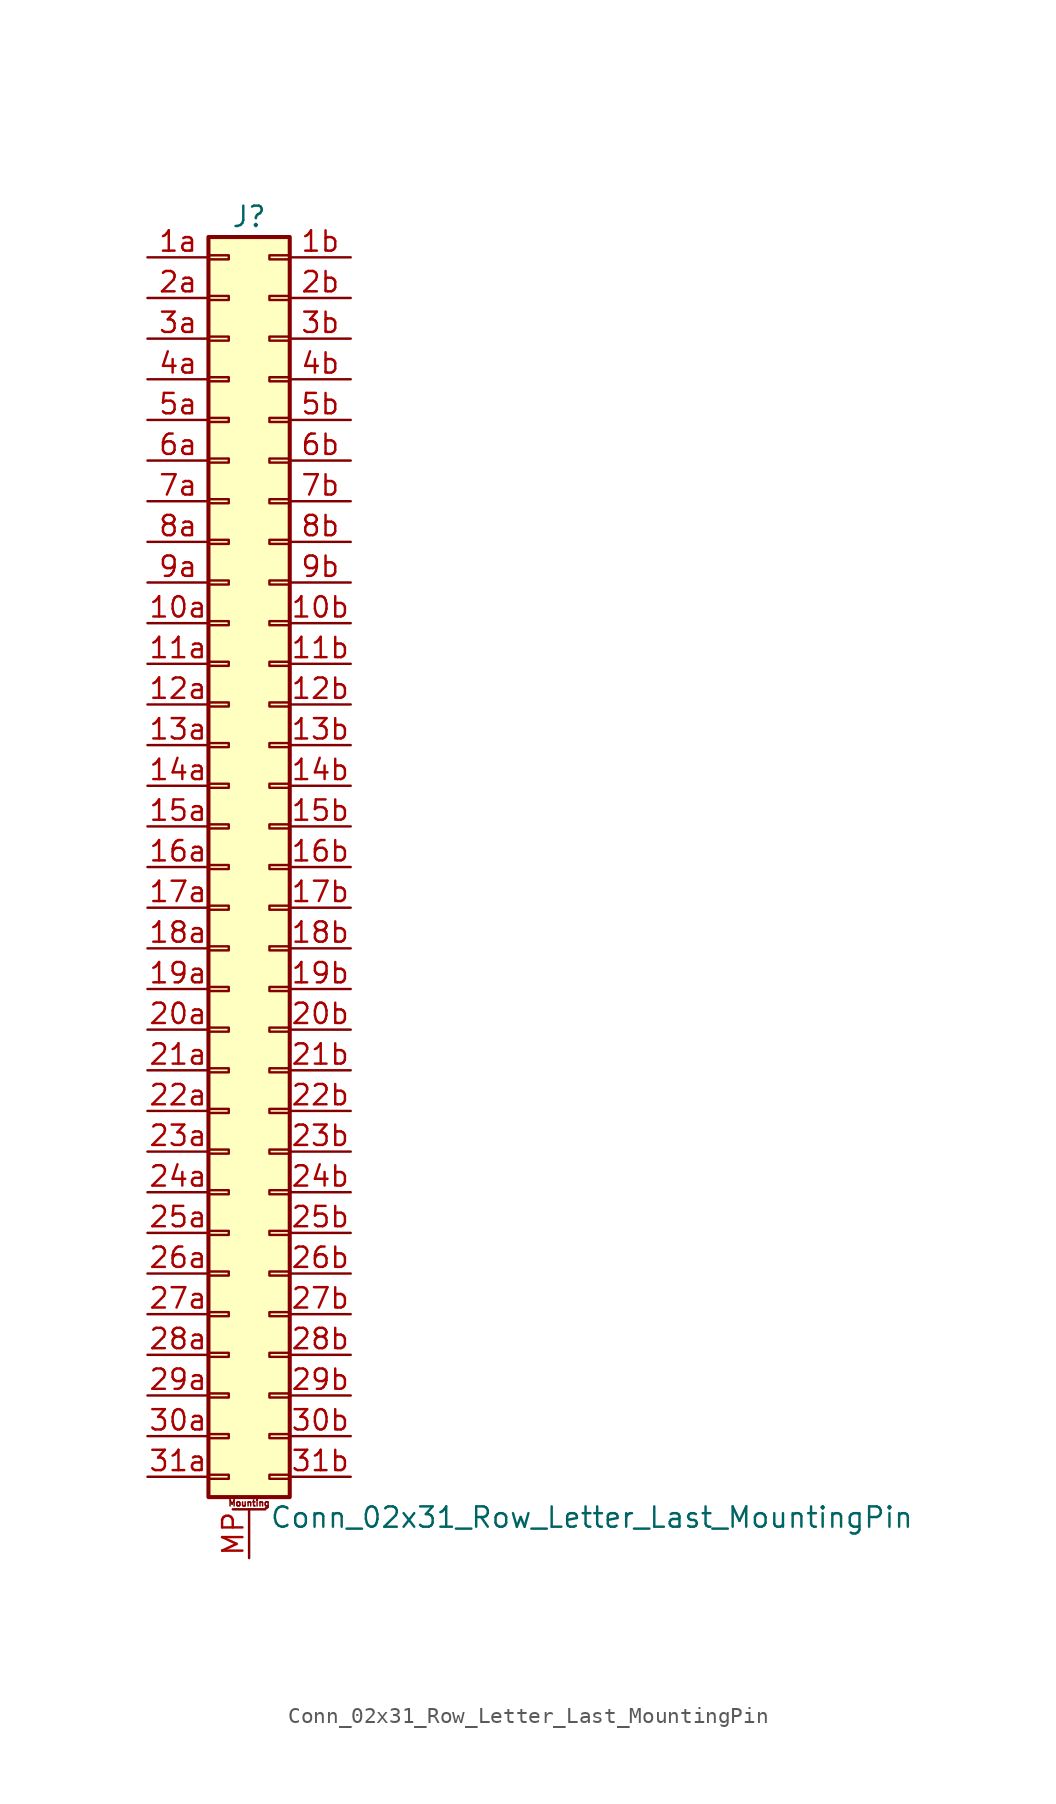
<source format=kicad_sym>
(kicad_symbol_lib
  (version 20201005)
  (generator kicad_symbol_editor)
  (symbol "Conn_02x31_Row_Letter_Last_MountingPin"
    (pin_names
      (offset 1.016) hide)
    (property "Reference" "J"
      (at 1.27 40.64 0)
      (effects (font (size 1.27 1.27))))
    (property "Value" "Conn_02x31_Row_Letter_Last_MountingPin"
      (at 2.54 -40.64 0)
      (effects (font (size 1.27 1.27)) (justify left)))
    (symbol "Conn_02x31_Row_Letter_Last_MountingPin_1_1"
      (text "Mounting" (at 1.27 -39.751 0) (effects (font (size 0.381 0.381))))
      (rectangle (start -1.27 -37.973) (end 0 -38.227) (stroke (width 0.152)) (fill (type none)))
      (rectangle (start -1.27 -35.433) (end 0 -35.687) (stroke (width 0.152)) (fill (type none)))
      (rectangle (start -1.27 -32.893) (end 0 -33.147) (stroke (width 0.152)) (fill (type none)))
      (rectangle (start -1.27 -30.353) (end 0 -30.607) (stroke (width 0.152)) (fill (type none)))
      (rectangle (start -1.27 -27.813) (end 0 -28.067) (stroke (width 0.152)) (fill (type none)))
      (rectangle (start -1.27 -25.273) (end 0 -25.527) (stroke (width 0.152)) (fill (type none)))
      (rectangle (start -1.27 -22.733) (end 0 -22.987) (stroke (width 0.152)) (fill (type none)))
      (rectangle (start -1.27 -20.193) (end 0 -20.447) (stroke (width 0.152)) (fill (type none)))
      (rectangle (start -1.27 -17.653) (end 0 -17.907) (stroke (width 0.152)) (fill (type none)))
      (rectangle (start -1.27 -15.113) (end 0 -15.367) (stroke (width 0.152)) (fill (type none)))
      (rectangle (start -1.27 -12.573) (end 0 -12.827) (stroke (width 0.152)) (fill (type none)))
      (rectangle (start -1.27 -10.033) (end 0 -10.287) (stroke (width 0.152)) (fill (type none)))
      (rectangle (start -1.27 -7.493) (end 0 -7.747) (stroke (width 0.152)) (fill (type none)))
      (rectangle (start -1.27 -4.953) (end 0 -5.207) (stroke (width 0.152)) (fill (type none)))
      (rectangle (start -1.27 -2.413) (end 0 -2.667) (stroke (width 0.152)) (fill (type none)))
      (rectangle (start -1.27 0.127) (end 0 -0.127) (stroke (width 0.152)) (fill (type none)))
      (rectangle (start -1.27 2.667) (end 0 2.413) (stroke (width 0.152)) (fill (type none)))
      (rectangle (start -1.27 5.207) (end 0 4.953) (stroke (width 0.152)) (fill (type none)))
      (rectangle (start -1.27 7.747) (end 0 7.493) (stroke (width 0.152)) (fill (type none)))
      (rectangle (start -1.27 10.287) (end 0 10.033) (stroke (width 0.152)) (fill (type none)))
      (rectangle (start -1.27 12.827) (end 0 12.573) (stroke (width 0.152)) (fill (type none)))
      (rectangle (start -1.27 15.367) (end 0 15.113) (stroke (width 0.152)) (fill (type none)))
      (rectangle (start -1.27 17.907) (end 0 17.653) (stroke (width 0.152)) (fill (type none)))
      (rectangle (start -1.27 20.447) (end 0 20.193) (stroke (width 0.152)) (fill (type none)))
      (rectangle (start -1.27 22.987) (end 0 22.733) (stroke (width 0.152)) (fill (type none)))
      (rectangle (start -1.27 25.527) (end 0 25.273) (stroke (width 0.152)) (fill (type none)))
      (rectangle (start -1.27 28.067) (end 0 27.813) (stroke (width 0.152)) (fill (type none)))
      (rectangle (start -1.27 30.607) (end 0 30.353) (stroke (width 0.152)) (fill (type none)))
      (rectangle (start -1.27 33.147) (end 0 32.893) (stroke (width 0.152)) (fill (type none)))
      (rectangle (start -1.27 35.687) (end 0 35.433) (stroke (width 0.152)) (fill (type none)))
      (rectangle (start -1.27 38.227) (end 0 37.973) (stroke (width 0.152)) (fill (type none)))
      (rectangle (start -1.27 39.37) (end 3.81 -39.37) (stroke (width 0.254)) (fill (type background)))
      (rectangle (start 3.81 -37.973) (end 2.54 -38.227) (stroke (width 0.152)) (fill (type none)))
      (rectangle (start 3.81 -35.433) (end 2.54 -35.687) (stroke (width 0.152)) (fill (type none)))
      (rectangle (start 3.81 -32.893) (end 2.54 -33.147) (stroke (width 0.152)) (fill (type none)))
      (rectangle (start 3.81 -30.353) (end 2.54 -30.607) (stroke (width 0.152)) (fill (type none)))
      (rectangle (start 3.81 -27.813) (end 2.54 -28.067) (stroke (width 0.152)) (fill (type none)))
      (rectangle (start 3.81 -25.273) (end 2.54 -25.527) (stroke (width 0.152)) (fill (type none)))
      (rectangle (start 3.81 -22.733) (end 2.54 -22.987) (stroke (width 0.152)) (fill (type none)))
      (rectangle (start 3.81 -20.193) (end 2.54 -20.447) (stroke (width 0.152)) (fill (type none)))
      (rectangle (start 3.81 -17.653) (end 2.54 -17.907) (stroke (width 0.152)) (fill (type none)))
      (rectangle (start 3.81 -15.113) (end 2.54 -15.367) (stroke (width 0.152)) (fill (type none)))
      (rectangle (start 3.81 -12.573) (end 2.54 -12.827) (stroke (width 0.152)) (fill (type none)))
      (rectangle (start 3.81 -10.033) (end 2.54 -10.287) (stroke (width 0.152)) (fill (type none)))
      (rectangle (start 3.81 -7.493) (end 2.54 -7.747) (stroke (width 0.152)) (fill (type none)))
      (rectangle (start 3.81 -4.953) (end 2.54 -5.207) (stroke (width 0.152)) (fill (type none)))
      (rectangle (start 3.81 -2.413) (end 2.54 -2.667) (stroke (width 0.152)) (fill (type none)))
      (rectangle (start 3.81 0.127) (end 2.54 -0.127) (stroke (width 0.152)) (fill (type none)))
      (rectangle (start 3.81 2.667) (end 2.54 2.413) (stroke (width 0.152)) (fill (type none)))
      (rectangle (start 3.81 5.207) (end 2.54 4.953) (stroke (width 0.152)) (fill (type none)))
      (rectangle (start 3.81 7.747) (end 2.54 7.493) (stroke (width 0.152)) (fill (type none)))
      (rectangle (start 3.81 10.287) (end 2.54 10.033) (stroke (width 0.152)) (fill (type none)))
      (rectangle (start 3.81 12.827) (end 2.54 12.573) (stroke (width 0.152)) (fill (type none)))
      (rectangle (start 3.81 15.367) (end 2.54 15.113) (stroke (width 0.152)) (fill (type none)))
      (rectangle (start 3.81 17.907) (end 2.54 17.653) (stroke (width 0.152)) (fill (type none)))
      (rectangle (start 3.81 20.447) (end 2.54 20.193) (stroke (width 0.152)) (fill (type none)))
      (rectangle (start 3.81 22.987) (end 2.54 22.733) (stroke (width 0.152)) (fill (type none)))
      (rectangle (start 3.81 25.527) (end 2.54 25.273) (stroke (width 0.152)) (fill (type none)))
      (rectangle (start 3.81 28.067) (end 2.54 27.813) (stroke (width 0.152)) (fill (type none)))
      (rectangle (start 3.81 30.607) (end 2.54 30.353) (stroke (width 0.152)) (fill (type none)))
      (rectangle (start 3.81 33.147) (end 2.54 32.893) (stroke (width 0.152)) (fill (type none)))
      (rectangle (start 3.81 35.687) (end 2.54 35.433) (stroke (width 0.152)) (fill (type none)))
      (rectangle (start 3.81 38.227) (end 2.54 37.973) (stroke (width 0.152)) (fill (type none)))
      (polyline (pts (xy 0.254 -40.132) (xy 2.286 -40.132)) (stroke (width 0.152)) (fill (type none)))
      (pin passive line (at -5.08 15.24 0) (length 3.81) (name "Pin_10a" (effects (font (size 1.27 1.27)))) (number "10a" (effects (font (size 1.27 1.27)))))
      (pin passive line (at 7.62 15.24 180) (length 3.81) (name "Pin_10b" (effects (font (size 1.27 1.27)))) (number "10b" (effects (font (size 1.27 1.27)))))
      (pin passive line (at -5.08 12.7 0) (length 3.81) (name "Pin_11a" (effects (font (size 1.27 1.27)))) (number "11a" (effects (font (size 1.27 1.27)))))
      (pin passive line (at 7.62 12.7 180) (length 3.81) (name "Pin_11b" (effects (font (size 1.27 1.27)))) (number "11b" (effects (font (size 1.27 1.27)))))
      (pin passive line (at -5.08 10.16 0) (length 3.81) (name "Pin_12a" (effects (font (size 1.27 1.27)))) (number "12a" (effects (font (size 1.27 1.27)))))
      (pin passive line (at 7.62 10.16 180) (length 3.81) (name "Pin_12b" (effects (font (size 1.27 1.27)))) (number "12b" (effects (font (size 1.27 1.27)))))
      (pin passive line (at -5.08 7.62 0) (length 3.81) (name "Pin_13a" (effects (font (size 1.27 1.27)))) (number "13a" (effects (font (size 1.27 1.27)))))
      (pin passive line (at 7.62 7.62 180) (length 3.81) (name "Pin_13b" (effects (font (size 1.27 1.27)))) (number "13b" (effects (font (size 1.27 1.27)))))
      (pin passive line (at -5.08 5.08 0) (length 3.81) (name "Pin_14a" (effects (font (size 1.27 1.27)))) (number "14a" (effects (font (size 1.27 1.27)))))
      (pin passive line (at 7.62 5.08 180) (length 3.81) (name "Pin_14b" (effects (font (size 1.27 1.27)))) (number "14b" (effects (font (size 1.27 1.27)))))
      (pin passive line (at -5.08 2.54 0) (length 3.81) (name "Pin_15a" (effects (font (size 1.27 1.27)))) (number "15a" (effects (font (size 1.27 1.27)))))
      (pin passive line (at 7.62 2.54 180) (length 3.81) (name "Pin_15b" (effects (font (size 1.27 1.27)))) (number "15b" (effects (font (size 1.27 1.27)))))
      (pin passive line (at -5.08 0 0) (length 3.81) (name "Pin_16a" (effects (font (size 1.27 1.27)))) (number "16a" (effects (font (size 1.27 1.27)))))
      (pin passive line (at 7.62 0 180) (length 3.81) (name "Pin_16b" (effects (font (size 1.27 1.27)))) (number "16b" (effects (font (size 1.27 1.27)))))
      (pin passive line (at -5.08 -2.54 0) (length 3.81) (name "Pin_17a" (effects (font (size 1.27 1.27)))) (number "17a" (effects (font (size 1.27 1.27)))))
      (pin passive line (at 7.62 -2.54 180) (length 3.81) (name "Pin_17b" (effects (font (size 1.27 1.27)))) (number "17b" (effects (font (size 1.27 1.27)))))
      (pin passive line (at -5.08 -5.08 0) (length 3.81) (name "Pin_18a" (effects (font (size 1.27 1.27)))) (number "18a" (effects (font (size 1.27 1.27)))))
      (pin passive line (at 7.62 -5.08 180) (length 3.81) (name "Pin_18b" (effects (font (size 1.27 1.27)))) (number "18b" (effects (font (size 1.27 1.27)))))
      (pin passive line (at -5.08 -7.62 0) (length 3.81) (name "Pin_19a" (effects (font (size 1.27 1.27)))) (number "19a" (effects (font (size 1.27 1.27)))))
      (pin passive line (at 7.62 -7.62 180) (length 3.81) (name "Pin_19b" (effects (font (size 1.27 1.27)))) (number "19b" (effects (font (size 1.27 1.27)))))
      (pin passive line (at -5.08 38.1 0) (length 3.81) (name "Pin_1a" (effects (font (size 1.27 1.27)))) (number "1a" (effects (font (size 1.27 1.27)))))
      (pin passive line (at 7.62 38.1 180) (length 3.81) (name "Pin_1b" (effects (font (size 1.27 1.27)))) (number "1b" (effects (font (size 1.27 1.27)))))
      (pin passive line (at -5.08 -10.16 0) (length 3.81) (name "Pin_20a" (effects (font (size 1.27 1.27)))) (number "20a" (effects (font (size 1.27 1.27)))))
      (pin passive line (at 7.62 -10.16 180) (length 3.81) (name "Pin_20b" (effects (font (size 1.27 1.27)))) (number "20b" (effects (font (size 1.27 1.27)))))
      (pin passive line (at -5.08 -12.7 0) (length 3.81) (name "Pin_21a" (effects (font (size 1.27 1.27)))) (number "21a" (effects (font (size 1.27 1.27)))))
      (pin passive line (at 7.62 -12.7 180) (length 3.81) (name "Pin_21b" (effects (font (size 1.27 1.27)))) (number "21b" (effects (font (size 1.27 1.27)))))
      (pin passive line (at -5.08 -15.24 0) (length 3.81) (name "Pin_22a" (effects (font (size 1.27 1.27)))) (number "22a" (effects (font (size 1.27 1.27)))))
      (pin passive line (at 7.62 -15.24 180) (length 3.81) (name "Pin_22b" (effects (font (size 1.27 1.27)))) (number "22b" (effects (font (size 1.27 1.27)))))
      (pin passive line (at -5.08 -17.78 0) (length 3.81) (name "Pin_23a" (effects (font (size 1.27 1.27)))) (number "23a" (effects (font (size 1.27 1.27)))))
      (pin passive line (at 7.62 -17.78 180) (length 3.81) (name "Pin_23b" (effects (font (size 1.27 1.27)))) (number "23b" (effects (font (size 1.27 1.27)))))
      (pin passive line (at -5.08 -20.32 0) (length 3.81) (name "Pin_24a" (effects (font (size 1.27 1.27)))) (number "24a" (effects (font (size 1.27 1.27)))))
      (pin passive line (at 7.62 -20.32 180) (length 3.81) (name "Pin_24b" (effects (font (size 1.27 1.27)))) (number "24b" (effects (font (size 1.27 1.27)))))
      (pin passive line (at -5.08 -22.86 0) (length 3.81) (name "Pin_25a" (effects (font (size 1.27 1.27)))) (number "25a" (effects (font (size 1.27 1.27)))))
      (pin passive line (at 7.62 -22.86 180) (length 3.81) (name "Pin_25b" (effects (font (size 1.27 1.27)))) (number "25b" (effects (font (size 1.27 1.27)))))
      (pin passive line (at -5.08 -25.4 0) (length 3.81) (name "Pin_26a" (effects (font (size 1.27 1.27)))) (number "26a" (effects (font (size 1.27 1.27)))))
      (pin passive line (at 7.62 -25.4 180) (length 3.81) (name "Pin_26b" (effects (font (size 1.27 1.27)))) (number "26b" (effects (font (size 1.27 1.27)))))
      (pin passive line (at -5.08 -27.94 0) (length 3.81) (name "Pin_27a" (effects (font (size 1.27 1.27)))) (number "27a" (effects (font (size 1.27 1.27)))))
      (pin passive line (at 7.62 -27.94 180) (length 3.81) (name "Pin_27b" (effects (font (size 1.27 1.27)))) (number "27b" (effects (font (size 1.27 1.27)))))
      (pin passive line (at -5.08 -30.48 0) (length 3.81) (name "Pin_28a" (effects (font (size 1.27 1.27)))) (number "28a" (effects (font (size 1.27 1.27)))))
      (pin passive line (at 7.62 -30.48 180) (length 3.81) (name "Pin_28b" (effects (font (size 1.27 1.27)))) (number "28b" (effects (font (size 1.27 1.27)))))
      (pin passive line (at -5.08 -33.02 0) (length 3.81) (name "Pin_29a" (effects (font (size 1.27 1.27)))) (number "29a" (effects (font (size 1.27 1.27)))))
      (pin passive line (at 7.62 -33.02 180) (length 3.81) (name "Pin_29b" (effects (font (size 1.27 1.27)))) (number "29b" (effects (font (size 1.27 1.27)))))
      (pin passive line (at -5.08 35.56 0) (length 3.81) (name "Pin_2a" (effects (font (size 1.27 1.27)))) (number "2a" (effects (font (size 1.27 1.27)))))
      (pin passive line (at 7.62 35.56 180) (length 3.81) (name "Pin_2b" (effects (font (size 1.27 1.27)))) (number "2b" (effects (font (size 1.27 1.27)))))
      (pin passive line (at -5.08 -35.56 0) (length 3.81) (name "Pin_30a" (effects (font (size 1.27 1.27)))) (number "30a" (effects (font (size 1.27 1.27)))))
      (pin passive line (at 7.62 -35.56 180) (length 3.81) (name "Pin_30b" (effects (font (size 1.27 1.27)))) (number "30b" (effects (font (size 1.27 1.27)))))
      (pin passive line (at -5.08 -38.1 0) (length 3.81) (name "Pin_31a" (effects (font (size 1.27 1.27)))) (number "31a" (effects (font (size 1.27 1.27)))))
      (pin passive line (at 7.62 -38.1 180) (length 3.81) (name "Pin_31b" (effects (font (size 1.27 1.27)))) (number "31b" (effects (font (size 1.27 1.27)))))
      (pin passive line (at -5.08 33.02 0) (length 3.81) (name "Pin_3a" (effects (font (size 1.27 1.27)))) (number "3a" (effects (font (size 1.27 1.27)))))
      (pin passive line (at 7.62 33.02 180) (length 3.81) (name "Pin_3b" (effects (font (size 1.27 1.27)))) (number "3b" (effects (font (size 1.27 1.27)))))
      (pin passive line (at -5.08 30.48 0) (length 3.81) (name "Pin_4a" (effects (font (size 1.27 1.27)))) (number "4a" (effects (font (size 1.27 1.27)))))
      (pin passive line (at 7.62 30.48 180) (length 3.81) (name "Pin_4b" (effects (font (size 1.27 1.27)))) (number "4b" (effects (font (size 1.27 1.27)))))
      (pin passive line (at -5.08 27.94 0) (length 3.81) (name "Pin_5a" (effects (font (size 1.27 1.27)))) (number "5a" (effects (font (size 1.27 1.27)))))
      (pin passive line (at 7.62 27.94 180) (length 3.81) (name "Pin_5b" (effects (font (size 1.27 1.27)))) (number "5b" (effects (font (size 1.27 1.27)))))
      (pin passive line (at -5.08 25.4 0) (length 3.81) (name "Pin_6a" (effects (font (size 1.27 1.27)))) (number "6a" (effects (font (size 1.27 1.27)))))
      (pin passive line (at 7.62 25.4 180) (length 3.81) (name "Pin_6b" (effects (font (size 1.27 1.27)))) (number "6b" (effects (font (size 1.27 1.27)))))
      (pin passive line (at -5.08 22.86 0) (length 3.81) (name "Pin_7a" (effects (font (size 1.27 1.27)))) (number "7a" (effects (font (size 1.27 1.27)))))
      (pin passive line (at 7.62 22.86 180) (length 3.81) (name "Pin_7b" (effects (font (size 1.27 1.27)))) (number "7b" (effects (font (size 1.27 1.27)))))
      (pin passive line (at -5.08 20.32 0) (length 3.81) (name "Pin_8a" (effects (font (size 1.27 1.27)))) (number "8a" (effects (font (size 1.27 1.27)))))
      (pin passive line (at 7.62 20.32 180) (length 3.81) (name "Pin_8b" (effects (font (size 1.27 1.27)))) (number "8b" (effects (font (size 1.27 1.27)))))
      (pin passive line (at -5.08 17.78 0) (length 3.81) (name "Pin_9a" (effects (font (size 1.27 1.27)))) (number "9a" (effects (font (size 1.27 1.27)))))
      (pin passive line (at 7.62 17.78 180) (length 3.81) (name "Pin_9b" (effects (font (size 1.27 1.27)))) (number "9b" (effects (font (size 1.27 1.27)))))
      (pin passive line (at 1.27 -43.18 90) (length 3.048) (name "MountPin" (effects (font (size 1.27 1.27)))) (number "MP" (effects (font (size 1.27 1.27))))))))
</source>
